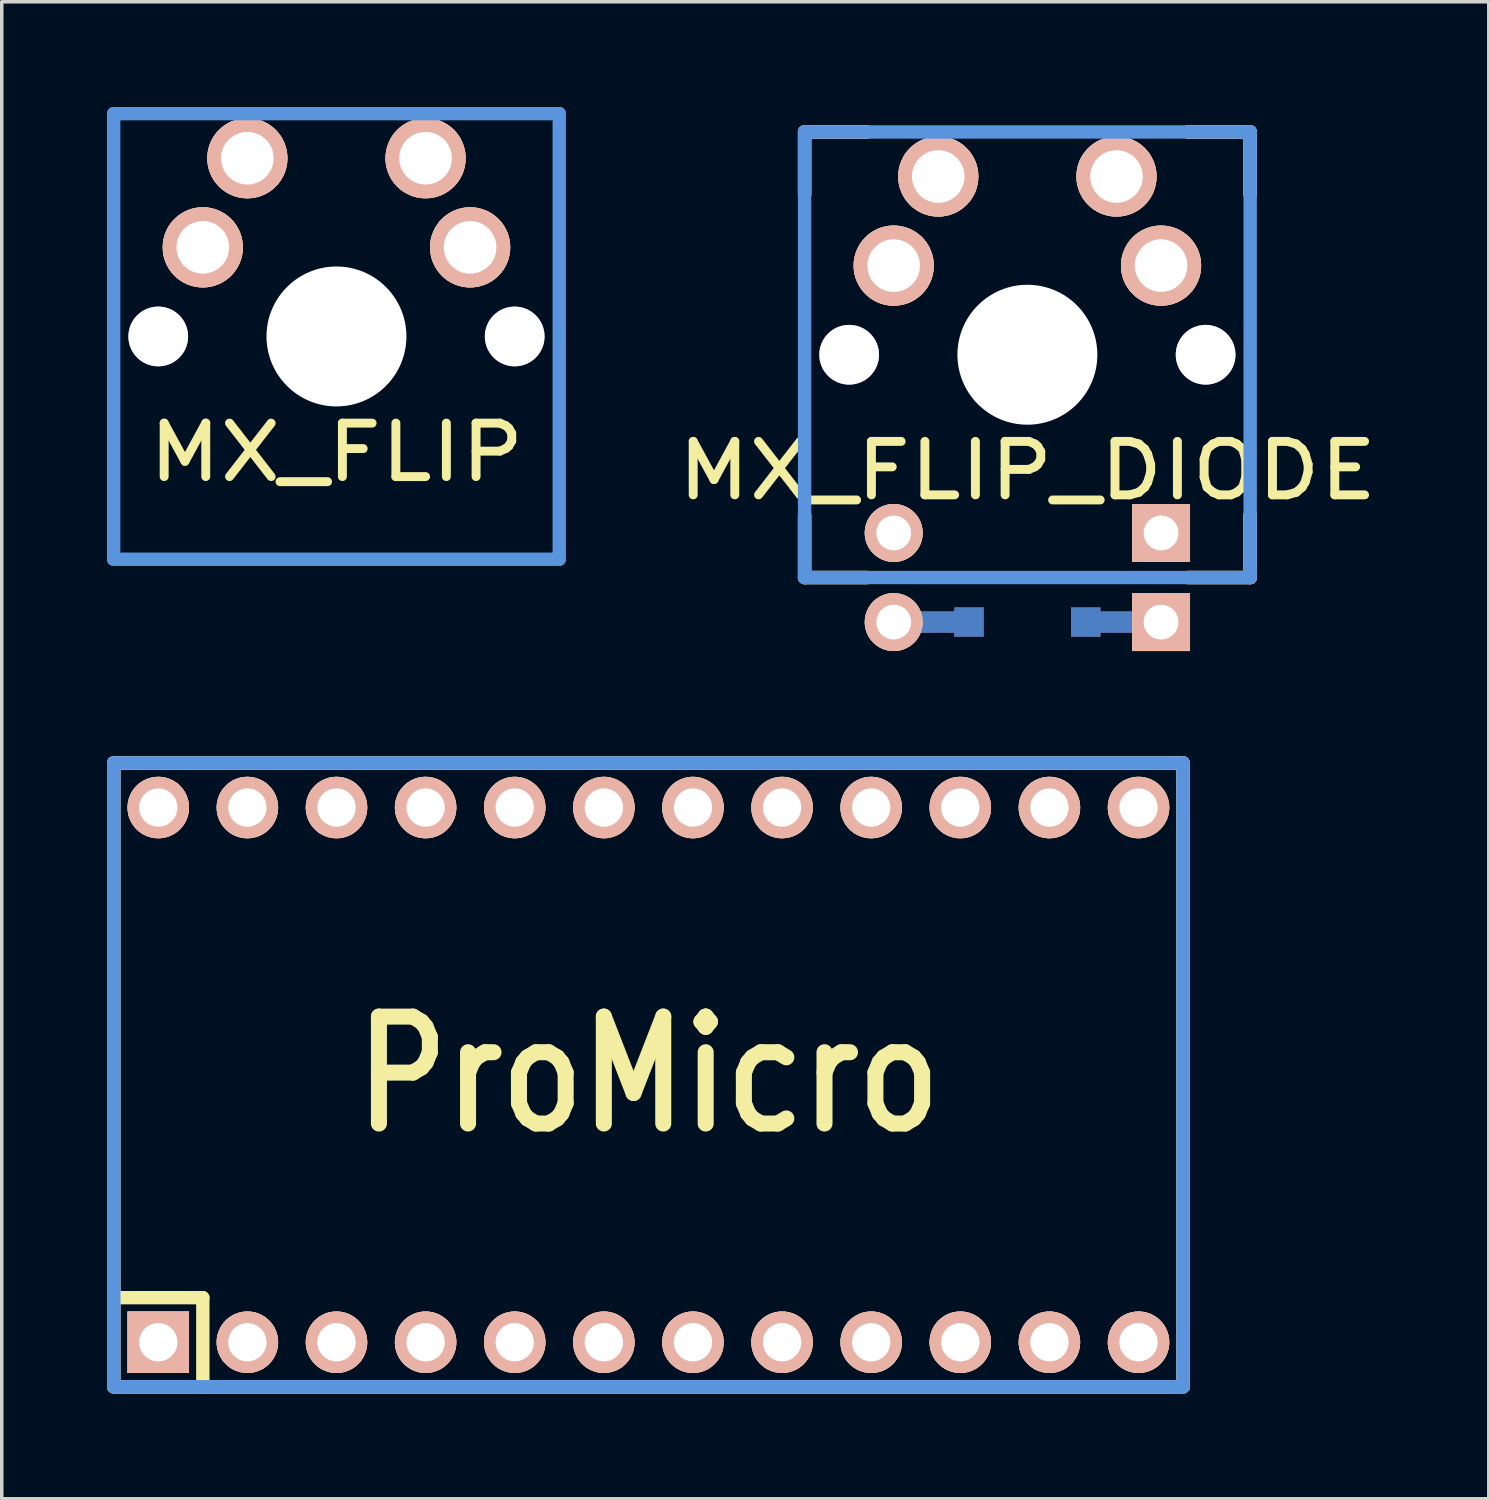
<source format=kicad_pcb>
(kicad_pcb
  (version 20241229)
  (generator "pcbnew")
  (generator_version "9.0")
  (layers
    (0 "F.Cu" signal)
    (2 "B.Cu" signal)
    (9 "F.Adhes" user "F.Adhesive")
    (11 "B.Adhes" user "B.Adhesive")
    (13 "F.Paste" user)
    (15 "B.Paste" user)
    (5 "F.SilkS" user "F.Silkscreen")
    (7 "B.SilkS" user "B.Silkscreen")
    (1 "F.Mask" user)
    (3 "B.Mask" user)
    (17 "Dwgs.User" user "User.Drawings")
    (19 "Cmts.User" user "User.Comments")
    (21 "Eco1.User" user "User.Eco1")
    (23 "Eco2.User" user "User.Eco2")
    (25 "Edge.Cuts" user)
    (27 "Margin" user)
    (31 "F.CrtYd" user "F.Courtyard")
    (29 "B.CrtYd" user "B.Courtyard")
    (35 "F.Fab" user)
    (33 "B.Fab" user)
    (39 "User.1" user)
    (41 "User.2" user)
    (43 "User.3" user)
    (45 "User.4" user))
  (footprint "MX_FLIP"
    (layer "F.Cu")
    (at 6.54 6.54)
    (property "Reference" "MX_FLIP" (at 0 3.302 0) (layer "F.SilkS") (effects (font (size 1.524 1.778) (thickness 0.254))))
    (attr through_hole)
    (fp_line (start -6.35 -6.35) (end 6.35 -6.35) (stroke (width 0.381) (type solid)) (layer "Cmts.User"))
    (fp_line (start -6.35 6.35) (end -6.35 -6.35) (stroke (width 0.381) (type solid)) (layer "Cmts.User"))
    (fp_line (start 6.35 -6.35) (end 6.35 6.35) (stroke (width 0.381) (type solid)) (layer "Cmts.User"))
    (fp_line (start 6.35 6.35) (end -6.35 6.35) (stroke (width 0.381) (type solid)) (layer "Cmts.User"))
    (pad "" np_thru_hole circle (at 0 0) (size 3.988 3.988) (drill 3.988) (layers "*.Cu"))
    (pad "0" thru_hole circle (at -5.08 0) (size 1.702 1.702) (drill 1.702) (layers "*.Cu"))
    (pad "0" thru_hole circle (at 5.08 0) (size 1.702 1.702) (drill 1.702) (layers "*.Cu"))
    (pad "1" thru_hole circle (at 2.54 -5.08) (size 2.286 2.286) (drill 1.499) (layers "*.Cu" "*.SilkS" "*.Mask"))
    (pad "1" thru_hole circle (at 3.81 -2.54) (size 2.286 2.286) (drill 1.499) (layers "*.Cu" "*.SilkS" "*.Mask"))
    (pad "2" thru_hole circle (at -3.81 -2.54) (size 2.286 2.286) (drill 1.499) (layers "*.Cu" "*.SilkS" "*.Mask"))
    (pad "2" thru_hole circle (at -2.54 -5.08) (size 2.286 2.286) (drill 1.499) (layers "*.Cu" "*.SilkS" "*.Mask")))
  (footprint "MX_FLIP_DIODE"
    (layer "F.Cu")
    (at 26.233 7.061)
    (property "Reference" "MX_FLIP_DIODE" (at 0 3.302 0) (layer "F.SilkS") (effects (font (size 1.524 1.778) (thickness 0.254))))
    (attr through_hole)
    (fp_line (start -3.81 7.62) (end -1.664 7.62) (stroke (width 0.61) (type solid)) (layer "F.Cu"))
    (fp_line (start 1.664 7.62) (end 3.81 7.62) (stroke (width 0.61) (type solid)) (layer "F.Cu"))
    (fp_line (start -3.81 7.62) (end -1.664 7.62) (stroke (width 0.61) (type solid)) (layer "B.Cu"))
    (fp_line (start 1.664 7.62) (end 3.81 7.62) (stroke (width 0.61) (type solid)) (layer "B.Cu"))
    (fp_line (start -6.35 -6.35) (end -4.572 -6.35) (stroke (width 0.381) (type solid)) (layer "F.SilkS"))
    (fp_line (start -6.35 -4.572) (end -6.35 -6.35) (stroke (width 0.381) (type solid)) (layer "F.SilkS"))
    (fp_line (start -6.35 6.35) (end -6.35 4.572) (stroke (width 0.381) (type solid)) (layer "F.SilkS"))
    (fp_line (start -4.572 6.35) (end -6.35 6.35) (stroke (width 0.381) (type solid)) (layer "F.SilkS"))
    (fp_line (start 4.572 -6.35) (end 6.35 -6.35) (stroke (width 0.381) (type solid)) (layer "F.SilkS"))
    (fp_line (start 6.35 -6.35) (end 6.35 -4.572) (stroke (width 0.381) (type solid)) (layer "F.SilkS"))
    (fp_line (start 6.35 4.572) (end 6.35 6.35) (stroke (width 0.381) (type solid)) (layer "F.SilkS"))
    (fp_line (start 6.35 6.35) (end 4.572 6.35) (stroke (width 0.381) (type solid)) (layer "F.SilkS"))
    (fp_line (start -6.35 -6.35) (end -4.572 -6.35) (stroke (width 0.381) (type solid)) (layer "B.SilkS"))
    (fp_line (start -6.35 -4.572) (end -6.35 -6.35) (stroke (width 0.381) (type solid)) (layer "B.SilkS"))
    (fp_line (start -6.35 6.35) (end -6.35 4.572) (stroke (width 0.381) (type solid)) (layer "B.SilkS"))
    (fp_line (start -4.572 6.35) (end -6.35 6.35) (stroke (width 0.381) (type solid)) (layer "B.SilkS"))
    (fp_line (start 4.572 -6.35) (end 6.35 -6.35) (stroke (width 0.381) (type solid)) (layer "B.SilkS"))
    (fp_line (start 6.35 -6.35) (end 6.35 -4.572) (stroke (width 0.381) (type solid)) (layer "B.SilkS"))
    (fp_line (start 6.35 4.572) (end 6.35 6.35) (stroke (width 0.381) (type solid)) (layer "B.SilkS"))
    (fp_line (start 6.35 6.35) (end 4.572 6.35) (stroke (width 0.381) (type solid)) (layer "B.SilkS"))
    (fp_line (start -6.35 -6.35) (end 6.35 -6.35) (stroke (width 0.381) (type solid)) (layer "Cmts.User"))
    (fp_line (start -6.35 6.35) (end -6.35 -6.35) (stroke (width 0.381) (type solid)) (layer "Cmts.User"))
    (fp_line (start 6.35 -6.35) (end 6.35 6.35) (stroke (width 0.381) (type solid)) (layer "Cmts.User"))
    (fp_line (start 6.35 6.35) (end -6.35 6.35) (stroke (width 0.381) (type solid)) (layer "Cmts.User"))
    (fp_line (start -7.798 -6.005) (end -6.985 -6.005) (stroke (width 0.152) (type solid)) (layer "Eco2.User"))
    (fp_line (start -7.798 -2.504) (end -7.798 -6.005) (stroke (width 0.152) (type solid)) (layer "Eco2.User"))
    (fp_line (start -7.798 2.504) (end -6.985 2.504) (stroke (width 0.152) (type solid)) (layer "Eco2.User"))
    (fp_line (start -7.798 6.005) (end -7.798 2.504) (stroke (width 0.152) (type solid)) (layer "Eco2.User"))
    (fp_line (start -6.985 -6.985) (end 6.985 -6.985) (stroke (width 0.152) (type solid)) (layer "Eco2.User"))
    (fp_line (start -6.985 -6.005) (end -6.985 -6.985) (stroke (width 0.152) (type solid)) (layer "Eco2.User"))
    (fp_line (start -6.985 -2.504) (end -7.798 -2.504) (stroke (width 0.152) (type solid)) (layer "Eco2.User"))
    (fp_line (start -6.985 2.504) (end -6.985 -2.504) (stroke (width 0.152) (type solid)) (layer "Eco2.User"))
    (fp_line (start -6.985 6.005) (end -7.798 6.005) (stroke (width 0.152) (type solid)) (layer "Eco2.User"))
    (fp_line (start -6.985 6.985) (end -6.985 6.005) (stroke (width 0.152) (type solid)) (layer "Eco2.User"))
    (fp_line (start 6.985 -6.985) (end 6.985 -6.005) (stroke (width 0.152) (type solid)) (layer "Eco2.User"))
    (fp_line (start 6.985 -6.005) (end 7.798 -6.005) (stroke (width 0.152) (type solid)) (layer "Eco2.User"))
    (fp_line (start 6.985 -2.504) (end 6.985 2.504) (stroke (width 0.152) (type solid)) (layer "Eco2.User"))
    (fp_line (start 6.985 2.504) (end 7.798 2.504) (stroke (width 0.152) (type solid)) (layer "Eco2.User"))
    (fp_line (start 6.985 6.005) (end 6.985 6.985) (stroke (width 0.152) (type solid)) (layer "Eco2.User"))
    (fp_line (start 6.985 6.985) (end -6.985 6.985) (stroke (width 0.152) (type solid)) (layer "Eco2.User"))
    (fp_line (start 7.798 -6.005) (end 7.798 -2.504) (stroke (width 0.152) (type solid)) (layer "Eco2.User"))
    (fp_line (start 7.798 -2.504) (end 6.985 -2.504) (stroke (width 0.152) (type solid)) (layer "Eco2.User"))
    (fp_line (start 7.798 2.504) (end 7.798 6.005) (stroke (width 0.152) (type solid)) (layer "Eco2.User"))
    (fp_line (start 7.798 6.005) (end 6.985 6.005) (stroke (width 0.152) (type solid)) (layer "Eco2.User"))
    (pad "" np_thru_hole circle (at 0 0) (size 3.988 3.988) (drill 3.988) (layers "*.Cu"))
    (pad "0" thru_hole circle (at -5.08 0) (size 1.702 1.702) (drill 1.702) (layers "*.Cu"))
    (pad "0" thru_hole circle (at 5.08 0) (size 1.702 1.702) (drill 1.702) (layers "*.Cu"))
    (pad "1" thru_hole circle (at 2.54 -5.08) (size 2.286 2.286) (drill 1.499) (layers "*.Cu" "*.SilkS" "*.Mask"))
    (pad "1" thru_hole circle (at 3.81 -2.54) (size 2.286 2.286) (drill 1.499) (layers "*.Cu" "*.SilkS" "*.Mask"))
    (pad "2" thru_hole circle (at -3.81 -2.54) (size 2.286 2.286) (drill 1.499) (layers "*.Cu" "*.SilkS" "*.Mask"))
    (pad "2" thru_hole circle (at -2.54 -5.08) (size 2.286 2.286) (drill 1.499) (layers "*.Cu" "*.SilkS" "*.Mask"))
    (pad "3" thru_hole circle (at -3.81 5.08) (size 1.651 1.651) (drill 0.991) (layers "*.Cu" "*.SilkS" "*.Mask"))
    (pad "3" thru_hole circle (at -3.81 7.62) (size 1.651 1.651) (drill 0.991) (layers "*.Cu" "*.SilkS" "*.Mask"))
    (pad "4" thru_hole rect (at 3.81 5.08) (size 1.651 1.651) (drill 0.991) (layers "*.Cu" "*.SilkS" "*.Mask"))
    (pad "4" thru_hole rect (at 3.81 7.62) (size 1.651 1.651) (drill 0.991) (layers "*.Cu" "*.SilkS" "*.Mask"))
    (pad "99" smd rect (at -1.664 7.62) (size 0.838 0.838) (layers "F.Cu" "F.Mask" "F.Paste"))
    (pad "99" smd rect (at -1.664 7.62) (size 0.838 0.838) (layers "B.Cu" "B.Mask" "B.Paste"))
    (pad "99" smd rect (at 1.664 7.62) (size 0.838 0.838) (layers "F.Cu" "F.Mask" "F.Paste"))
    (pad "99" smd rect (at 1.664 7.62) (size 0.838 0.838) (layers "B.Cu" "B.Mask" "B.Paste")))
  (footprint "ProMicro"
    (layer "F.Cu")
    (at 15.431 27.587)
    (property "Reference" "ProMicro" (at 0 0 0) (layer "F.SilkS") (effects (font (size 3.048 2.54) (thickness 0.457))))
    (attr through_hole)
    (fp_line (start -15.24 -8.89) (end -15.24 8.89) (stroke (width 0.381) (type solid)) (layer "F.SilkS"))
    (fp_line (start -15.24 6.35) (end -12.7 6.35) (stroke (width 0.381) (type solid)) (layer "F.SilkS"))
    (fp_line (start -15.24 8.89) (end 15.24 8.89) (stroke (width 0.381) (type solid)) (layer "F.SilkS"))
    (fp_line (start -12.7 6.35) (end -12.7 8.89) (stroke (width 0.381) (type solid)) (layer "F.SilkS"))
    (fp_line (start 15.24 -8.89) (end -15.24 -8.89) (stroke (width 0.381) (type solid)) (layer "F.SilkS"))
    (fp_line (start 15.24 8.89) (end 15.24 -8.89) (stroke (width 0.381) (type solid)) (layer "F.SilkS"))
    (fp_line (start -15.24 -8.89) (end -15.24 8.89) (stroke (width 0.381) (type solid)) (layer "Dwgs.User"))
    (fp_line (start -15.24 8.89) (end 15.24 8.89) (stroke (width 0.381) (type solid)) (layer "Dwgs.User"))
    (fp_line (start 0 0) (end 0 0) (stroke (width 0.025) (type solid)) (layer "Dwgs.User"))
    (fp_line (start 15.24 -8.89) (end -15.24 -8.89) (stroke (width 0.381) (type solid)) (layer "Dwgs.User"))
    (fp_line (start 15.24 8.89) (end 15.24 -8.89) (stroke (width 0.381) (type solid)) (layer "Dwgs.User"))
    (fp_line (start -15.24 -8.89) (end -15.24 8.89) (stroke (width 0.381) (type solid)) (layer "Cmts.User"))
    (fp_line (start -15.24 8.89) (end 15.24 8.89) (stroke (width 0.381) (type solid)) (layer "Cmts.User"))
    (fp_line (start 15.24 -8.89) (end -15.24 -8.89) (stroke (width 0.381) (type solid)) (layer "Cmts.User"))
    (fp_line (start 15.24 8.89) (end 15.24 -8.89) (stroke (width 0.381) (type solid)) (layer "Cmts.User"))
    (pad "1" thru_hole rect (at -13.97 7.62) (size 1.753 1.753) (drill 1.092) (layers "*.Cu" "*.SilkS" "*.Mask"))
    (pad "2" thru_hole circle (at -11.43 7.62) (size 1.753 1.753) (drill 1.092) (layers "*.Cu" "*.SilkS" "*.Mask"))
    (pad "3" thru_hole circle (at -8.89 7.62) (size 1.753 1.753) (drill 1.092) (layers "*.Cu" "*.SilkS" "*.Mask"))
    (pad "4" thru_hole circle (at -6.35 7.62) (size 1.753 1.753) (drill 1.092) (layers "*.Cu" "*.SilkS" "*.Mask"))
    (pad "5" thru_hole circle (at -3.81 7.62) (size 1.753 1.753) (drill 1.092) (layers "*.Cu" "*.SilkS" "*.Mask"))
    (pad "6" thru_hole circle (at -1.27 7.62) (size 1.753 1.753) (drill 1.092) (layers "*.Cu" "*.SilkS" "*.Mask"))
    (pad "7" thru_hole circle (at 1.27 7.62) (size 1.753 1.753) (drill 1.092) (layers "*.Cu" "*.SilkS" "*.Mask"))
    (pad "8" thru_hole circle (at 3.81 7.62) (size 1.753 1.753) (drill 1.092) (layers "*.Cu" "*.SilkS" "*.Mask"))
    (pad "9" thru_hole circle (at 6.35 7.62) (size 1.753 1.753) (drill 1.092) (layers "*.Cu" "*.SilkS" "*.Mask"))
    (pad "10" thru_hole circle (at 8.89 7.62) (size 1.753 1.753) (drill 1.092) (layers "*.Cu" "*.SilkS" "*.Mask"))
    (pad "11" thru_hole circle (at 11.43 7.62) (size 1.753 1.753) (drill 1.092) (layers "*.Cu" "*.SilkS" "*.Mask"))
    (pad "12" thru_hole circle (at 13.97 7.62) (size 1.753 1.753) (drill 1.092) (layers "*.Cu" "*.SilkS" "*.Mask"))
    (pad "18" thru_hole circle (at 13.97 -7.62) (size 1.753 1.753) (drill 1.09) (layers "*.Cu" "*.SilkS" "*.Mask"))
    (pad "19" thru_hole circle (at 11.43 -7.62) (size 1.753 1.753) (drill 1.092) (layers "*.Cu" "*.SilkS" "*.Mask"))
    (pad "20" thru_hole circle (at 8.89 -7.62) (size 1.753 1.753) (drill 1.092) (layers "*.Cu" "*.SilkS" "*.Mask"))
    (pad "21" thru_hole circle (at 6.35 -7.62) (size 1.753 1.753) (drill 1.092) (layers "*.Cu" "*.SilkS" "*.Mask"))
    (pad "22" thru_hole circle (at 3.81 -7.62) (size 1.753 1.753) (drill 1.092) (layers "*.Cu" "*.SilkS" "*.Mask"))
    (pad "23" thru_hole circle (at 1.27 -7.62) (size 1.753 1.753) (drill 1.092) (layers "*.Cu" "*.SilkS" "*.Mask"))
    (pad "24" thru_hole circle (at -1.27 -7.62) (size 1.753 1.753) (drill 1.092) (layers "*.Cu" "*.SilkS" "*.Mask"))
    (pad "25" thru_hole circle (at -3.81 -7.62) (size 1.753 1.753) (drill 1.092) (layers "*.Cu" "*.SilkS" "*.Mask"))
    (pad "26" thru_hole circle (at -6.35 -7.62) (size 1.753 1.753) (drill 1.092) (layers "*.Cu" "*.SilkS" "*.Mask"))
    (pad "27" thru_hole circle (at -8.89 -7.62) (size 1.753 1.753) (drill 1.092) (layers "*.Cu" "*.SilkS" "*.Mask"))
    (pad "28" thru_hole circle (at -11.43 -7.62) (size 1.753 1.753) (drill 1.092) (layers "*.Cu" "*.SilkS" "*.Mask"))
    (pad "29" thru_hole circle (at -13.97 -7.62) (size 1.753 1.753) (drill 1.092) (layers "*.Cu" "*.SilkS" "*.Mask")))
  (gr_rect
    (start -3 -3)
    (end 39.384 39.668)
    (stroke (width 0.1) (type default))
    (fill no)
    (layer "Edge.Cuts")))
</source>
